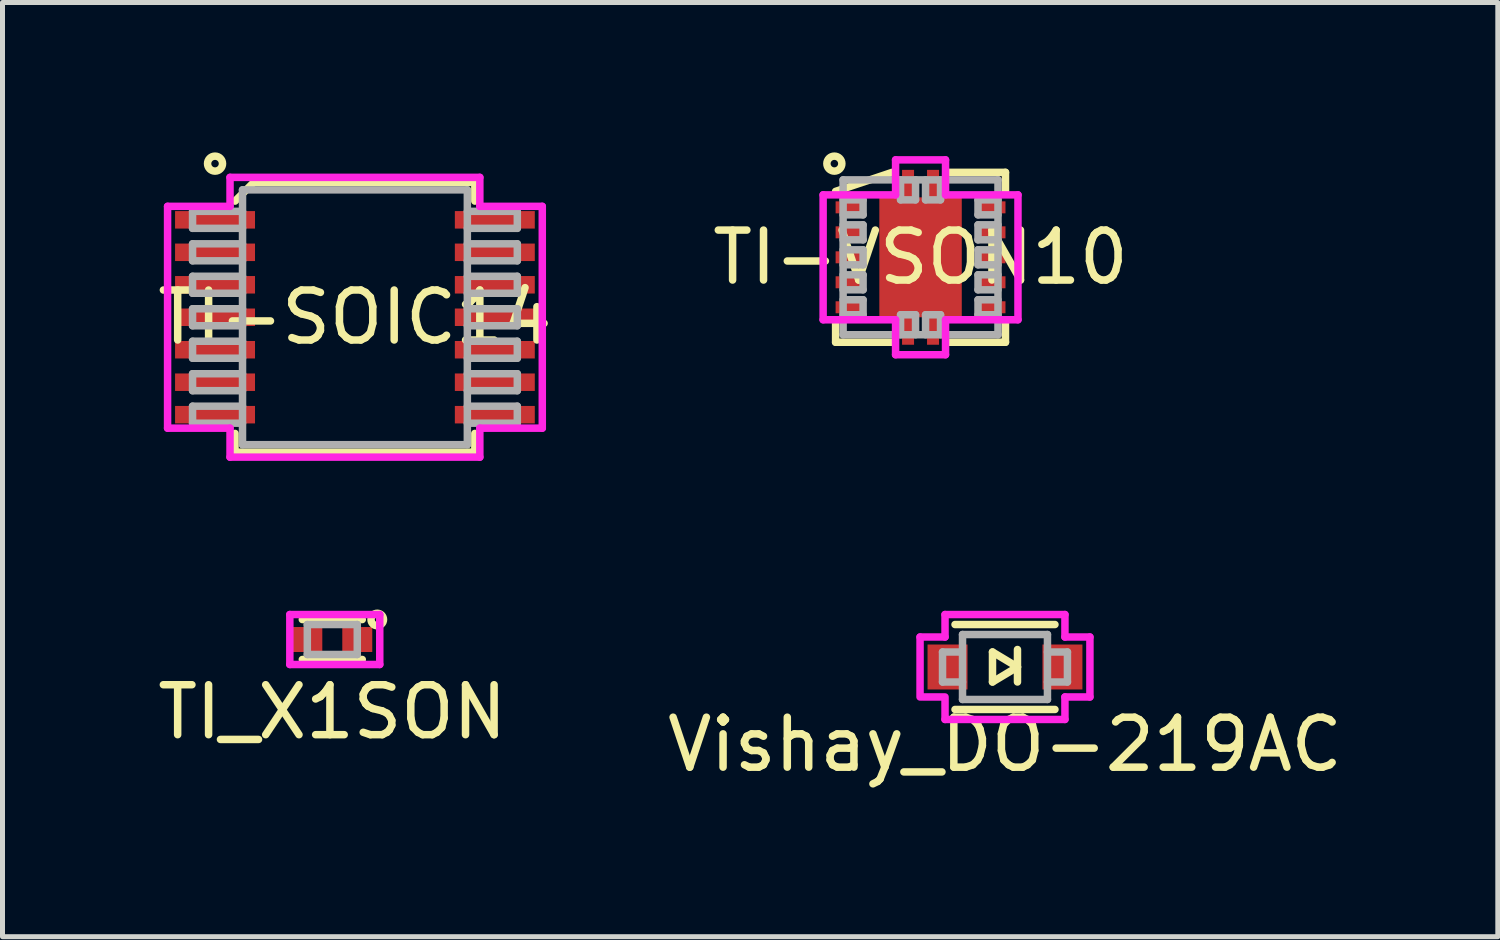
<source format=kicad_pcb>
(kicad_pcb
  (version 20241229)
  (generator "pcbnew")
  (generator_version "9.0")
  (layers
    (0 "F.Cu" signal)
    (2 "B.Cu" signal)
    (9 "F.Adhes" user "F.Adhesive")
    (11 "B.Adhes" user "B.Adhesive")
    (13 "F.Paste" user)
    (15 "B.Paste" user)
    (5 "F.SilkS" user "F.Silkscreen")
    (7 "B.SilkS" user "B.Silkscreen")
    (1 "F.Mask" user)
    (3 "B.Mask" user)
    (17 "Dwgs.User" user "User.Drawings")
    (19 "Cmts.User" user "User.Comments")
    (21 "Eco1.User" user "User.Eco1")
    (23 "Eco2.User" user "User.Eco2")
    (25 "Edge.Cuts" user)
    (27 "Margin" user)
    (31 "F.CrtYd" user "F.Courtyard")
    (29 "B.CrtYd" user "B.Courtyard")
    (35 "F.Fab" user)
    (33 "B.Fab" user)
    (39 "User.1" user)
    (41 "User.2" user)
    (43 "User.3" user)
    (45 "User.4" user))
  (footprint "TI_X1SON"
    (layer "F.Cu")
    (at 3.601 9.75)
    (property "Reference" "TI_X1SON" (at 0 1.45 0) (layer "F.SilkS") (effects (font (size 1 1) (thickness 0.15))))
    (attr through_hole)
    (fp_line (start -0.6 -0.4) (end 0.6 -0.4) (stroke (width 0.15) (type solid)) (layer "F.SilkS"))
    (fp_line (start 0.6 0.4) (end -0.6 0.4) (stroke (width 0.15) (type solid)) (layer "F.SilkS"))
    (fp_circle (center 0.9 -0.4) (end 0.9 -0.35) (stroke (width 0.15) (type solid)) (fill no) (layer "F.SilkS"))
    (fp_line (start -0.85 -0.5) (end -0.85 0.5) (stroke (width 0.15) (type solid)) (layer "F.CrtYd"))
    (fp_line (start -0.85 0.5) (end 0.95 0.5) (stroke (width 0.15) (type solid)) (layer "F.CrtYd"))
    (fp_line (start 0.95 -0.5) (end -0.85 -0.5) (stroke (width 0.15) (type solid)) (layer "F.CrtYd"))
    (fp_line (start 0.95 0.5) (end 0.95 -0.5) (stroke (width 0.15) (type solid)) (layer "F.CrtYd"))
    (fp_line (start -0.5 -0.3) (end 0.5 -0.3) (stroke (width 0.15) (type solid)) (layer "F.Fab"))
    (fp_line (start -0.5 0.3) (end -0.5 -0.3) (stroke (width 0.15) (type solid)) (layer "F.Fab"))
    (fp_line (start 0.5 -0.3) (end 0.5 0.3) (stroke (width 0.15) (type solid)) (layer "F.Fab"))
    (fp_line (start 0.5 0.3) (end -0.5 0.3) (stroke (width 0.15) (type solid)) (layer "F.Fab"))
    (pad "1" smd rect (at 0.5 0) (size 0.6 0.5) (layers "F.Cu" "F.Mask" "F.Paste"))
    (pad "2" smd rect (at -0.5 0) (size 0.6 0.5) (layers "F.Cu" "F.Mask" "F.Paste")))
  (footprint "TI-VSON10"
    (layer "F.Cu")
    (at 15.375 2.1)
    (property "Reference" "TI-VSON10" (at 0 0 0) (layer "F.SilkS") (effects (font (size 1 1) (thickness 0.15))))
    (attr through_hole)
    (fp_line (start -1.7 -1.32) (end -0.57 -1.7) (stroke (width 0.15) (type solid)) (layer "F.SilkS"))
    (fp_line (start -1.7 1.7) (end -1.7 1.32) (stroke (width 0.15) (type solid)) (layer "F.SilkS"))
    (fp_line (start -0.57 1.7) (end -1.7 1.7) (stroke (width 0.15) (type solid)) (layer "F.SilkS"))
    (fp_line (start 0.57 -1.7) (end 1.7 -1.7) (stroke (width 0.15) (type solid)) (layer "F.SilkS"))
    (fp_line (start 1.7 -1.7) (end 1.7 -1.32) (stroke (width 0.15) (type solid)) (layer "F.SilkS"))
    (fp_line (start 1.7 1.32) (end 1.7 1.7) (stroke (width 0.15) (type solid)) (layer "F.SilkS"))
    (fp_line (start 1.7 1.7) (end 0.57 1.7) (stroke (width 0.15) (type solid)) (layer "F.SilkS"))
    (fp_circle (center -1.725 -1.875) (end -1.725 -1.725) (stroke (width 0.15) (type solid)) (fill no) (layer "F.SilkS"))
    (fp_line (start -1.95 -1.25) (end -0.5 -1.25) (stroke (width 0.15) (type solid)) (layer "F.CrtYd"))
    (fp_line (start -1.95 1.25) (end -1.95 -1.25) (stroke (width 0.15) (type solid)) (layer "F.CrtYd"))
    (fp_line (start -0.5 -1.95) (end 0.5 -1.95) (stroke (width 0.15) (type solid)) (layer "F.CrtYd"))
    (fp_line (start -0.5 -1.25) (end -0.5 -1.95) (stroke (width 0.15) (type solid)) (layer "F.CrtYd"))
    (fp_line (start -0.5 1.25) (end -1.95 1.25) (stroke (width 0.15) (type solid)) (layer "F.CrtYd"))
    (fp_line (start -0.5 1.95) (end -0.5 1.25) (stroke (width 0.15) (type solid)) (layer "F.CrtYd"))
    (fp_line (start 0.5 -1.95) (end 0.5 -1.25) (stroke (width 0.15) (type solid)) (layer "F.CrtYd"))
    (fp_line (start 0.5 -1.25) (end 1.95 -1.25) (stroke (width 0.15) (type solid)) (layer "F.CrtYd"))
    (fp_line (start 0.5 1.25) (end 0.5 1.95) (stroke (width 0.15) (type solid)) (layer "F.CrtYd"))
    (fp_line (start 0.5 1.95) (end -0.5 1.95) (stroke (width 0.15) (type solid)) (layer "F.CrtYd"))
    (fp_line (start 1.95 -1.25) (end 1.95 1.25) (stroke (width 0.15) (type solid)) (layer "F.CrtYd"))
    (fp_line (start 1.95 1.25) (end 0.5 1.25) (stroke (width 0.15) (type solid)) (layer "F.CrtYd"))
    (fp_line (start -1.55 -1.55) (end 1.55 -1.55) (stroke (width 0.15) (type solid)) (layer "F.Fab"))
    (fp_line (start -1.55 -1.15) (end -1.15 -1.15) (stroke (width 0.15) (type solid)) (layer "F.Fab"))
    (fp_line (start -1.55 -0.65) (end -1.15 -0.65) (stroke (width 0.15) (type solid)) (layer "F.Fab"))
    (fp_line (start -1.55 -0.15) (end -1.15 -0.15) (stroke (width 0.15) (type solid)) (layer "F.Fab"))
    (fp_line (start -1.55 0.35) (end -1.15 0.35) (stroke (width 0.15) (type solid)) (layer "F.Fab"))
    (fp_line (start -1.55 0.85) (end -1.15 0.85) (stroke (width 0.15) (type solid)) (layer "F.Fab"))
    (fp_line (start -1.55 1.55) (end -1.55 -1.55) (stroke (width 0.15) (type solid)) (layer "F.Fab"))
    (fp_line (start -1.15 -1.15) (end -1.15 -0.85) (stroke (width 0.15) (type solid)) (layer "F.Fab"))
    (fp_line (start -1.15 -0.85) (end -1.55 -0.85) (stroke (width 0.15) (type solid)) (layer "F.Fab"))
    (fp_line (start -1.15 -0.65) (end -1.15 -0.35) (stroke (width 0.15) (type solid)) (layer "F.Fab"))
    (fp_line (start -1.15 -0.35) (end -1.55 -0.35) (stroke (width 0.15) (type solid)) (layer "F.Fab"))
    (fp_line (start -1.15 -0.15) (end -1.15 0.15) (stroke (width 0.15) (type solid)) (layer "F.Fab"))
    (fp_line (start -1.15 0.15) (end -1.55 0.15) (stroke (width 0.15) (type solid)) (layer "F.Fab"))
    (fp_line (start -1.15 0.35) (end -1.15 0.65) (stroke (width 0.15) (type solid)) (layer "F.Fab"))
    (fp_line (start -1.15 0.65) (end -1.55 0.65) (stroke (width 0.15) (type solid)) (layer "F.Fab"))
    (fp_line (start -1.15 0.85) (end -1.15 1.15) (stroke (width 0.15) (type solid)) (layer "F.Fab"))
    (fp_line (start -1.15 1.15) (end -1.55 1.15) (stroke (width 0.15) (type solid)) (layer "F.Fab"))
    (fp_line (start -0.4 -1.15) (end -0.4 -1.55) (stroke (width 0.15) (type solid)) (layer "F.Fab"))
    (fp_line (start -0.4 1.15) (end -0.1 1.15) (stroke (width 0.15) (type solid)) (layer "F.Fab"))
    (fp_line (start -0.4 1.55) (end -0.4 1.15) (stroke (width 0.15) (type solid)) (layer "F.Fab"))
    (fp_line (start -0.1 -1.55) (end -0.1 -1.15) (stroke (width 0.15) (type solid)) (layer "F.Fab"))
    (fp_line (start -0.1 -1.15) (end -0.4 -1.15) (stroke (width 0.15) (type solid)) (layer "F.Fab"))
    (fp_line (start -0.1 1.15) (end -0.1 1.55) (stroke (width 0.15) (type solid)) (layer "F.Fab"))
    (fp_line (start 0.1 -1.15) (end 0.1 -1.55) (stroke (width 0.15) (type solid)) (layer "F.Fab"))
    (fp_line (start 0.1 1.15) (end 0.4 1.15) (stroke (width 0.15) (type solid)) (layer "F.Fab"))
    (fp_line (start 0.1 1.55) (end 0.1 1.15) (stroke (width 0.15) (type solid)) (layer "F.Fab"))
    (fp_line (start 0.4 -1.55) (end 0.4 -1.15) (stroke (width 0.15) (type solid)) (layer "F.Fab"))
    (fp_line (start 0.4 -1.15) (end 0.1 -1.15) (stroke (width 0.15) (type solid)) (layer "F.Fab"))
    (fp_line (start 0.4 1.15) (end 0.4 1.55) (stroke (width 0.15) (type solid)) (layer "F.Fab"))
    (fp_line (start 1.15 -1.15) (end 1.55 -1.15) (stroke (width 0.15) (type solid)) (layer "F.Fab"))
    (fp_line (start 1.15 -0.85) (end 1.15 -1.15) (stroke (width 0.15) (type solid)) (layer "F.Fab"))
    (fp_line (start 1.15 -0.65) (end 1.55 -0.65) (stroke (width 0.15) (type solid)) (layer "F.Fab"))
    (fp_line (start 1.15 -0.35) (end 1.15 -0.65) (stroke (width 0.15) (type solid)) (layer "F.Fab"))
    (fp_line (start 1.15 -0.15) (end 1.55 -0.15) (stroke (width 0.15) (type solid)) (layer "F.Fab"))
    (fp_line (start 1.15 0.15) (end 1.15 -0.15) (stroke (width 0.15) (type solid)) (layer "F.Fab"))
    (fp_line (start 1.15 0.35) (end 1.55 0.35) (stroke (width 0.15) (type solid)) (layer "F.Fab"))
    (fp_line (start 1.15 0.65) (end 1.15 0.35) (stroke (width 0.15) (type solid)) (layer "F.Fab"))
    (fp_line (start 1.15 0.85) (end 1.55 0.85) (stroke (width 0.15) (type solid)) (layer "F.Fab"))
    (fp_line (start 1.15 1.15) (end 1.15 0.85) (stroke (width 0.15) (type solid)) (layer "F.Fab"))
    (fp_line (start 1.55 -1.55) (end 1.55 1.55) (stroke (width 0.15) (type solid)) (layer "F.Fab"))
    (fp_line (start 1.55 -0.85) (end 1.15 -0.85) (stroke (width 0.15) (type solid)) (layer "F.Fab"))
    (fp_line (start 1.55 -0.35) (end 1.15 -0.35) (stroke (width 0.15) (type solid)) (layer "F.Fab"))
    (fp_line (start 1.55 0.15) (end 1.15 0.15) (stroke (width 0.15) (type solid)) (layer "F.Fab"))
    (fp_line (start 1.55 0.65) (end 1.15 0.65) (stroke (width 0.15) (type solid)) (layer "F.Fab"))
    (fp_line (start 1.55 1.15) (end 1.15 1.15) (stroke (width 0.15) (type solid)) (layer "F.Fab"))
    (fp_line (start 1.55 1.55) (end -1.55 1.55) (stroke (width 0.15) (type solid)) (layer "F.Fab"))
    (pad "1" smd rect (at -1.4 -1) (size 0.6 0.24) (layers "F.Cu" "F.Mask" "F.Paste"))
    (pad "2" smd rect (at -1.4 -0.5) (size 0.6 0.24) (layers "F.Cu" "F.Mask" "F.Paste"))
    (pad "3" smd rect (at -1.4 0) (size 0.6 0.24) (layers "F.Cu" "F.Mask" "F.Paste"))
    (pad "4" smd rect (at -1.4 0.5) (size 0.6 0.24) (layers "F.Cu" "F.Mask" "F.Paste"))
    (pad "5" smd rect (at -1.4 1) (size 0.6 0.24) (layers "F.Cu" "F.Mask" "F.Paste"))
    (pad "6" smd rect (at 1.4 1) (size 0.6 0.24) (layers "F.Cu" "F.Mask" "F.Paste"))
    (pad "7" smd rect (at 1.4 0.5) (size 0.6 0.24) (layers "F.Cu" "F.Mask" "F.Paste"))
    (pad "8" smd rect (at 1.4 0) (size 0.6 0.24) (layers "F.Cu" "F.Mask" "F.Paste"))
    (pad "9" smd rect (at 1.4 -0.5) (size 0.6 0.24) (layers "F.Cu" "F.Mask" "F.Paste"))
    (pad "10" smd rect (at 1.4 -1) (size 0.6 0.24) (layers "F.Cu" "F.Mask" "F.Paste"))
    (pad "11" smd rect (at -0.25 -1.45) (size 0.24 0.6) (layers "F.Cu" "F.Mask" "F.Paste"))
    (pad "11" smd rect (at -0.25 1.45) (size 0.24 0.6) (layers "F.Cu" "F.Mask" "F.Paste"))
    (pad "11" smd rect (at 0 0) (size 1.65 2.4) (layers "F.Cu" "F.Mask" "F.Paste"))
    (pad "11" smd rect (at 0.25 -1.45) (size 0.24 0.6) (layers "F.Cu" "F.Mask" "F.Paste"))
    (pad "11" smd rect (at 0.25 1.45) (size 0.24 0.6) (layers "F.Cu" "F.Mask" "F.Paste")))
  (footprint "Vishay_DO-219AC"
    (layer "F.Cu")
    (at 17.065 10.3)
    (property "Reference" "Vishay_DO-219AC" (at 0 1.55 0) (layer "F.SilkS") (effects (font (size 1 1) (thickness 0.15))))
    (attr through_hole)
    (fp_line (start -1 -0.85) (end 1 -0.85) (stroke (width 0.15) (type solid)) (layer "F.SilkS"))
    (fp_line (start -1 0.85) (end 1 0.85) (stroke (width 0.15) (type solid)) (layer "F.SilkS"))
    (fp_line (start -0.25 -0.3) (end -0.25 0.3) (stroke (width 0.15) (type solid)) (layer "F.SilkS"))
    (fp_line (start -0.25 0.3) (end 0.25 0) (stroke (width 0.15) (type solid)) (layer "F.SilkS"))
    (fp_line (start 0.25 -0.35) (end 0.25 0.3) (stroke (width 0.15) (type solid)) (layer "F.SilkS"))
    (fp_line (start 0.25 0) (end -0.25 -0.3) (stroke (width 0.15) (type solid)) (layer "F.SilkS"))
    (fp_line (start -1.7 -0.6) (end -1.2 -0.6) (stroke (width 0.15) (type solid)) (layer "F.CrtYd"))
    (fp_line (start -1.7 0.6) (end -1.7 -0.6) (stroke (width 0.15) (type solid)) (layer "F.CrtYd"))
    (fp_line (start -1.2 -1.05) (end 1.2 -1.05) (stroke (width 0.15) (type solid)) (layer "F.CrtYd"))
    (fp_line (start -1.2 -0.6) (end -1.2 -1.05) (stroke (width 0.15) (type solid)) (layer "F.CrtYd"))
    (fp_line (start -1.2 0.6) (end -1.65 0.6) (stroke (width 0.15) (type solid)) (layer "F.CrtYd"))
    (fp_line (start -1.2 1.05) (end -1.2 0.65) (stroke (width 0.15) (type solid)) (layer "F.CrtYd"))
    (fp_line (start 1.2 -1.05) (end 1.2 -0.6) (stroke (width 0.15) (type solid)) (layer "F.CrtYd"))
    (fp_line (start 1.2 -0.6) (end 1.7 -0.6) (stroke (width 0.15) (type solid)) (layer "F.CrtYd"))
    (fp_line (start 1.2 0.6) (end 1.2 1.05) (stroke (width 0.15) (type solid)) (layer "F.CrtYd"))
    (fp_line (start 1.2 1.05) (end -1.2 1.05) (stroke (width 0.15) (type solid)) (layer "F.CrtYd"))
    (fp_line (start 1.7 -0.6) (end 1.7 0.6) (stroke (width 0.15) (type solid)) (layer "F.CrtYd"))
    (fp_line (start 1.7 0.6) (end 1.2 0.6) (stroke (width 0.15) (type solid)) (layer "F.CrtYd"))
    (fp_line (start -1.25 -0.3) (end -1.25 0.3) (stroke (width 0.15) (type solid)) (layer "F.Fab"))
    (fp_line (start -1.25 0.3) (end -0.85 0.3) (stroke (width 0.15) (type solid)) (layer "F.Fab"))
    (fp_line (start -0.9 -0.3) (end -1.25 -0.3) (stroke (width 0.15) (type solid)) (layer "F.Fab"))
    (fp_line (start -0.85 -0.65) (end 0.85 -0.65) (stroke (width 0.15) (type solid)) (layer "F.Fab"))
    (fp_line (start -0.85 0.65) (end -0.85 -0.65) (stroke (width 0.15) (type solid)) (layer "F.Fab"))
    (fp_line (start 0.85 -0.65) (end 0.85 0.65) (stroke (width 0.15) (type solid)) (layer "F.Fab"))
    (fp_line (start 0.85 -0.3) (end 1.25 -0.3) (stroke (width 0.15) (type solid)) (layer "F.Fab"))
    (fp_line (start 0.85 0.65) (end -0.85 0.65) (stroke (width 0.15) (type solid)) (layer "F.Fab"))
    (fp_line (start 1.25 -0.3) (end 1.25 0.3) (stroke (width 0.15) (type solid)) (layer "F.Fab"))
    (fp_line (start 1.25 0.3) (end 0.85 0.3) (stroke (width 0.15) (type solid)) (layer "F.Fab"))
    (pad "1" smd rect (at 1.15 0) (size 0.8 0.9) (layers "F.Cu" "F.Mask" "F.Paste"))
    (pad "2" smd rect (at -1.15 0) (size 0.8 0.9) (layers "F.Cu" "F.Mask" "F.Paste")))
  (footprint "TI-SOIC14"
    (layer "F.Cu")
    (at 4.054 3.3)
    (property "Reference" "TI-SOIC14" (at 0 0 0) (layer "F.SilkS") (effects (font (size 1 1) (thickness 0.15))))
    (attr through_hole)
    (fp_line (start -2.4 -2.325) (end -2.025 -2.7) (stroke (width 0.15) (type solid)) (layer "F.SilkS"))
    (fp_line (start -2.4 2.7) (end -2.4 2.325) (stroke (width 0.15) (type solid)) (layer "F.SilkS"))
    (fp_line (start -2.025 -2.7) (end 2.4 -2.7) (stroke (width 0.15) (type solid)) (layer "F.SilkS"))
    (fp_line (start 2.4 -2.7) (end 2.4 -2.325) (stroke (width 0.15) (type solid)) (layer "F.SilkS"))
    (fp_line (start 2.4 2.325) (end 2.4 2.7) (stroke (width 0.15) (type solid)) (layer "F.SilkS"))
    (fp_line (start 2.4 2.7) (end -2.4 2.7) (stroke (width 0.15) (type solid)) (layer "F.SilkS"))
    (fp_circle (center -2.8 -3.075) (end -2.8 -2.925) (stroke (width 0.15) (type solid)) (fill no) (layer "F.SilkS"))
    (fp_line (start -3.75 -2.22) (end -2.5 -2.22) (stroke (width 0.15) (type solid)) (layer "F.CrtYd"))
    (fp_line (start -3.75 2.22) (end -3.75 -2.22) (stroke (width 0.15) (type solid)) (layer "F.CrtYd"))
    (fp_line (start -2.5 -2.8) (end 2.5 -2.8) (stroke (width 0.15) (type solid)) (layer "F.CrtYd"))
    (fp_line (start -2.5 -2.22) (end -2.5 -2.8) (stroke (width 0.15) (type solid)) (layer "F.CrtYd"))
    (fp_line (start -2.5 2.22) (end -3.75 2.22) (stroke (width 0.15) (type solid)) (layer "F.CrtYd"))
    (fp_line (start -2.5 2.8) (end -2.5 2.22) (stroke (width 0.15) (type solid)) (layer "F.CrtYd"))
    (fp_line (start 2.5 -2.8) (end 2.5 -2.22) (stroke (width 0.15) (type solid)) (layer "F.CrtYd"))
    (fp_line (start 2.5 -2.22) (end 3.75 -2.22) (stroke (width 0.15) (type solid)) (layer "F.CrtYd"))
    (fp_line (start 2.5 2.22) (end 2.5 2.8) (stroke (width 0.15) (type solid)) (layer "F.CrtYd"))
    (fp_line (start 2.5 2.8) (end -2.5 2.8) (stroke (width 0.15) (type solid)) (layer "F.CrtYd"))
    (fp_line (start 3.75 -2.22) (end 3.75 2.22) (stroke (width 0.15) (type solid)) (layer "F.CrtYd"))
    (fp_line (start 3.75 2.22) (end 2.5 2.22) (stroke (width 0.15) (type solid)) (layer "F.CrtYd"))
    (fp_line (start -3.25 -2.12) (end -3.25 -1.78) (stroke (width 0.15) (type solid)) (layer "F.Fab"))
    (fp_line (start -3.25 -1.78) (end -2.25 -1.78) (stroke (width 0.15) (type solid)) (layer "F.Fab"))
    (fp_line (start -3.25 -1.47) (end -3.25 -1.13) (stroke (width 0.15) (type solid)) (layer "F.Fab"))
    (fp_line (start -3.25 -1.13) (end -2.25 -1.13) (stroke (width 0.15) (type solid)) (layer "F.Fab"))
    (fp_line (start -3.25 -0.82) (end -3.25 -0.48) (stroke (width 0.15) (type solid)) (layer "F.Fab"))
    (fp_line (start -3.25 -0.48) (end -2.25 -0.48) (stroke (width 0.15) (type solid)) (layer "F.Fab"))
    (fp_line (start -3.25 -0.17) (end -3.25 0.17) (stroke (width 0.15) (type solid)) (layer "F.Fab"))
    (fp_line (start -3.25 0.17) (end -2.25 0.17) (stroke (width 0.15) (type solid)) (layer "F.Fab"))
    (fp_line (start -3.25 0.48) (end -3.25 0.82) (stroke (width 0.15) (type solid)) (layer "F.Fab"))
    (fp_line (start -3.25 0.82) (end -2.25 0.82) (stroke (width 0.15) (type solid)) (layer "F.Fab"))
    (fp_line (start -3.25 1.13) (end -3.25 1.47) (stroke (width 0.15) (type solid)) (layer "F.Fab"))
    (fp_line (start -3.25 1.47) (end -2.25 1.47) (stroke (width 0.15) (type solid)) (layer "F.Fab"))
    (fp_line (start -3.25 1.78) (end -3.25 2.12) (stroke (width 0.15) (type solid)) (layer "F.Fab"))
    (fp_line (start -3.25 2.12) (end -2.25 2.12) (stroke (width 0.15) (type solid)) (layer "F.Fab"))
    (fp_line (start -2.25 -2.55) (end 2.25 -2.55) (stroke (width 0.15) (type solid)) (layer "F.Fab"))
    (fp_line (start -2.25 -2.12) (end -3.25 -2.12) (stroke (width 0.15) (type solid)) (layer "F.Fab"))
    (fp_line (start -2.25 -1.47) (end -3.25 -1.47) (stroke (width 0.15) (type solid)) (layer "F.Fab"))
    (fp_line (start -2.25 -0.82) (end -3.25 -0.82) (stroke (width 0.15) (type solid)) (layer "F.Fab"))
    (fp_line (start -2.25 -0.17) (end -3.25 -0.17) (stroke (width 0.15) (type solid)) (layer "F.Fab"))
    (fp_line (start -2.25 0.48) (end -3.25 0.48) (stroke (width 0.15) (type solid)) (layer "F.Fab"))
    (fp_line (start -2.25 1.13) (end -3.25 1.13) (stroke (width 0.15) (type solid)) (layer "F.Fab"))
    (fp_line (start -2.25 1.78) (end -3.25 1.78) (stroke (width 0.15) (type solid)) (layer "F.Fab"))
    (fp_line (start -2.25 2.55) (end -2.25 -2.55) (stroke (width 0.15) (type solid)) (layer "F.Fab"))
    (fp_line (start 2.25 -2.55) (end 2.25 2.55) (stroke (width 0.15) (type solid)) (layer "F.Fab"))
    (fp_line (start 2.25 -1.78) (end 3.25 -1.78) (stroke (width 0.15) (type solid)) (layer "F.Fab"))
    (fp_line (start 2.25 -1.13) (end 3.25 -1.13) (stroke (width 0.15) (type solid)) (layer "F.Fab"))
    (fp_line (start 2.25 -0.48) (end 3.25 -0.48) (stroke (width 0.15) (type solid)) (layer "F.Fab"))
    (fp_line (start 2.25 0.17) (end 3.25 0.17) (stroke (width 0.15) (type solid)) (layer "F.Fab"))
    (fp_line (start 2.25 0.82) (end 3.25 0.82) (stroke (width 0.15) (type solid)) (layer "F.Fab"))
    (fp_line (start 2.25 1.47) (end 3.25 1.47) (stroke (width 0.15) (type solid)) (layer "F.Fab"))
    (fp_line (start 2.25 2.12) (end 3.25 2.12) (stroke (width 0.15) (type solid)) (layer "F.Fab"))
    (fp_line (start 2.25 2.55) (end -2.25 2.55) (stroke (width 0.15) (type solid)) (layer "F.Fab"))
    (fp_line (start 3.25 -2.12) (end 2.25 -2.12) (stroke (width 0.15) (type solid)) (layer "F.Fab"))
    (fp_line (start 3.25 -1.78) (end 3.25 -2.12) (stroke (width 0.15) (type solid)) (layer "F.Fab"))
    (fp_line (start 3.25 -1.47) (end 2.25 -1.47) (stroke (width 0.15) (type solid)) (layer "F.Fab"))
    (fp_line (start 3.25 -1.13) (end 3.25 -1.47) (stroke (width 0.15) (type solid)) (layer "F.Fab"))
    (fp_line (start 3.25 -0.82) (end 2.25 -0.82) (stroke (width 0.15) (type solid)) (layer "F.Fab"))
    (fp_line (start 3.25 -0.48) (end 3.25 -0.82) (stroke (width 0.15) (type solid)) (layer "F.Fab"))
    (fp_line (start 3.25 -0.17) (end 2.25 -0.17) (stroke (width 0.15) (type solid)) (layer "F.Fab"))
    (fp_line (start 3.25 0.17) (end 3.25 -0.17) (stroke (width 0.15) (type solid)) (layer "F.Fab"))
    (fp_line (start 3.25 0.48) (end 2.25 0.48) (stroke (width 0.15) (type solid)) (layer "F.Fab"))
    (fp_line (start 3.25 0.82) (end 3.25 0.48) (stroke (width 0.15) (type solid)) (layer "F.Fab"))
    (fp_line (start 3.25 1.13) (end 2.25 1.13) (stroke (width 0.15) (type solid)) (layer "F.Fab"))
    (fp_line (start 3.25 1.47) (end 3.25 1.13) (stroke (width 0.15) (type solid)) (layer "F.Fab"))
    (fp_line (start 3.25 1.78) (end 2.25 1.78) (stroke (width 0.15) (type solid)) (layer "F.Fab"))
    (fp_line (start 3.25 2.12) (end 3.25 1.78) (stroke (width 0.15) (type solid)) (layer "F.Fab"))
    (pad "1" smd rect (at -2.8 -1.95) (size 1.6 0.35) (layers "F.Cu" "F.Mask" "F.Paste"))
    (pad "2" smd rect (at -2.8 -1.3) (size 1.6 0.35) (layers "F.Cu" "F.Mask" "F.Paste"))
    (pad "3" smd rect (at -2.8 -0.65) (size 1.6 0.35) (layers "F.Cu" "F.Mask" "F.Paste"))
    (pad "4" smd rect (at -2.8 0) (size 1.6 0.35) (layers "F.Cu" "F.Mask" "F.Paste"))
    (pad "5" smd rect (at -2.8 0.65) (size 1.6 0.35) (layers "F.Cu" "F.Mask" "F.Paste"))
    (pad "6" smd rect (at -2.8 1.3) (size 1.6 0.35) (layers "F.Cu" "F.Mask" "F.Paste"))
    (pad "7" smd rect (at -2.8 1.95) (size 1.6 0.35) (layers "F.Cu" "F.Mask" "F.Paste"))
    (pad "8" smd rect (at 2.8 1.95) (size 1.6 0.35) (layers "F.Cu" "F.Mask" "F.Paste"))
    (pad "9" smd rect (at 2.8 1.3) (size 1.6 0.35) (layers "F.Cu" "F.Mask" "F.Paste"))
    (pad "10" smd rect (at 2.8 0.65) (size 1.6 0.35) (layers "F.Cu" "F.Mask" "F.Paste"))
    (pad "11" smd rect (at 2.8 0) (size 1.6 0.35) (layers "F.Cu" "F.Mask" "F.Paste"))
    (pad "12" smd rect (at 2.8 -0.65) (size 1.6 0.35) (layers "F.Cu" "F.Mask" "F.Paste"))
    (pad "13" smd rect (at 2.8 -1.3) (size 1.6 0.35) (layers "F.Cu" "F.Mask" "F.Paste"))
    (pad "14" smd rect (at 2.8 -1.95) (size 1.6 0.35) (layers "F.Cu" "F.Mask" "F.Paste")))
  (gr_rect
    (start -3 -3)
    (end 26.929 15.698)
    (stroke (width 0.1) (type default))
    (fill no)
    (layer "Edge.Cuts")))
</source>
